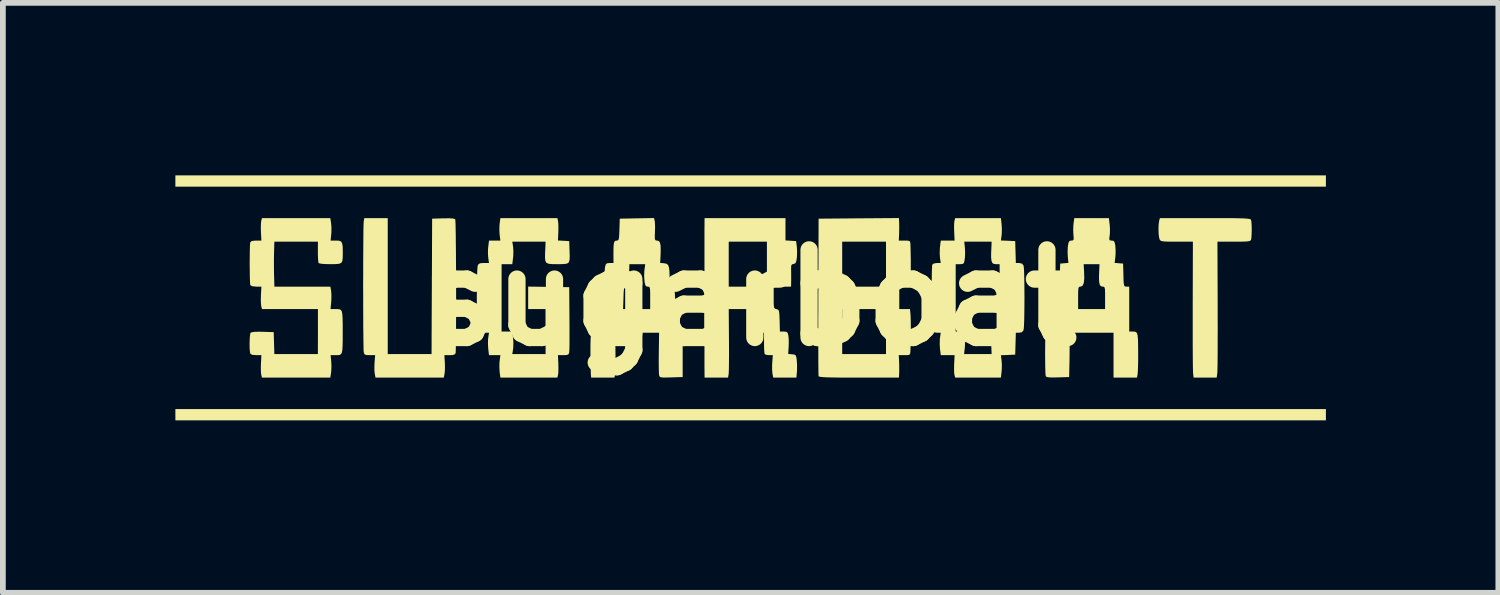
<source format=kicad_pcb>
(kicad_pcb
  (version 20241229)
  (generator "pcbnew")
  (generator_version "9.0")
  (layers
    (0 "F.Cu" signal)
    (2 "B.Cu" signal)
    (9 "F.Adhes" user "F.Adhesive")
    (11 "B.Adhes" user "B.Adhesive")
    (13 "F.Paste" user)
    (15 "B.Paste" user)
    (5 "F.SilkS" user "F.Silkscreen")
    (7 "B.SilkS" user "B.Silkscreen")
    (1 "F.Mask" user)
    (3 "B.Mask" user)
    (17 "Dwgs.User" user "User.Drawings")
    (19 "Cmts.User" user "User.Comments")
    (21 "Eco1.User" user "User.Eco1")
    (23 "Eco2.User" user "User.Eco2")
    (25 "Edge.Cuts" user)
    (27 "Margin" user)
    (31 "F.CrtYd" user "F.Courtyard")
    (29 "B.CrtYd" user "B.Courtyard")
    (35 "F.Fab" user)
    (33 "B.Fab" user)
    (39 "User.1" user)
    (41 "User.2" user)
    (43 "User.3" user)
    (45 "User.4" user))
  (footprint "sugarboat"
    (layer "F.Cu")
    (at 10.004 2.13)
    (property "Reference" "sugarboat" (at 0 0 0) (layer "F.SilkS") (effects (font (size 1.524 1.524) (thickness 0.3))))
    (attr board_only exclude_from_pos_files exclude_from_bom)
    (fp_poly (pts (xy 10.004 -1.934) (xy -10.004 -1.934) (xy -10.004 -2.13) (xy 10.004 -2.13)) (stroke (width 0) (type solid)) (fill yes) (layer "F.SilkS"))
    (fp_poly (pts (xy 10.004 2.13) (xy -10.004 2.13) (xy -10.004 1.934) (xy 10.004 1.934)) (stroke (width 0) (type solid)) (fill yes) (layer "F.SilkS"))
    (fp_poly (pts (xy 8.101 -1.387) (xy 8.263 -1.387) (xy 8.394 -1.386) (xy 8.495 -1.384) (xy 8.572 -1.382) (xy 8.627 -1.378) (xy 8.664 -1.374) (xy 8.687 -1.369) (xy 8.699 -1.362) (xy 8.702 -1.356) (xy 8.709 -1.319) (xy 8.713 -1.255) (xy 8.714 -1.179) (xy 8.712 -1.104) (xy 8.708 -1.042) (xy 8.702 -1.008) (xy 8.692 -0.996) (xy 8.67 -0.987) (xy 8.629 -0.981) (xy 8.563 -0.978) (xy 8.467 -0.977) (xy 8.404 -0.977) (xy 8.118 -0.977) (xy 8.122 0.132) (xy 8.122 0.339) (xy 8.123 0.536) (xy 8.122 0.719) (xy 8.122 0.884) (xy 8.121 1.028) (xy 8.12 1.148) (xy 8.118 1.238) (xy 8.117 1.295) (xy 8.115 1.314) (xy 8.105 1.387) (xy 7.703 1.387) (xy 7.694 1.304) (xy 7.693 1.269) (xy 7.691 1.199) (xy 7.69 1.098) (xy 7.689 0.969) (xy 7.688 0.817) (xy 7.688 0.644) (xy 7.688 0.456) (xy 7.688 0.255) (xy 7.688 0.122) (xy 7.691 -0.977) (xy 7.412 -0.977) (xy 7.302 -0.977) (xy 7.224 -0.979) (xy 7.172 -0.983) (xy 7.141 -0.99) (xy 7.123 -1) (xy 7.113 -1.015) (xy 7.102 -1.055) (xy 7.095 -1.121) (xy 7.093 -1.199) (xy 7.095 -1.275) (xy 7.103 -1.334) (xy 7.105 -1.343) (xy 7.117 -1.387) (xy 7.903 -1.387)) (stroke (width 0) (type solid)) (fill yes) (layer "F.SilkS"))
    (fp_poly (pts (xy -6.311 0.977) (xy -5.549 0.977) (xy -5.548 0.786) (xy -5.548 0.729) (xy -5.548 0.637) (xy -5.547 0.515) (xy -5.547 0.368) (xy -5.546 0.201) (xy -5.545 0.018) (xy -5.544 -0.175) (xy -5.544 -0.375) (xy -5.543 -0.391) (xy -5.539 -1.377) (xy -5.345 -1.383) (xy -5.243 -1.384) (xy -5.176 -1.38) (xy -5.142 -1.37) (xy -5.137 -1.365) (xy -5.135 -1.342) (xy -5.132 -1.284) (xy -5.13 -1.196) (xy -5.128 -1.08) (xy -5.127 -0.943) (xy -5.125 -0.788) (xy -5.124 -0.619) (xy -5.123 -0.44) (xy -5.122 -0.255) (xy -5.122 -0.07) (xy -5.122 0.113) (xy -5.122 0.288) (xy -5.123 0.452) (xy -5.123 0.6) (xy -5.125 0.729) (xy -5.126 0.834) (xy -5.128 0.91) (xy -5.13 0.954) (xy -5.131 0.962) (xy -5.148 0.984) (xy -5.186 0.995) (xy -5.234 0.996) (xy -5.326 0.996) (xy -5.318 1.123) (xy -5.316 1.202) (xy -5.318 1.276) (xy -5.323 1.318) (xy -5.336 1.387) (xy -6.524 1.387) (xy -6.537 1.317) (xy -6.543 1.259) (xy -6.543 1.181) (xy -6.54 1.122) (xy -6.53 0.996) (xy -6.624 0.996) (xy -6.681 0.994) (xy -6.711 0.985) (xy -6.724 0.961) (xy -6.728 0.943) (xy -6.731 0.912) (xy -6.732 0.847) (xy -6.734 0.751) (xy -6.735 0.63) (xy -6.737 0.487) (xy -6.737 0.326) (xy -6.738 0.154) (xy -6.738 -0.028) (xy -6.739 -0.213) (xy -6.738 -0.398) (xy -6.738 -0.578) (xy -6.737 -0.749) (xy -6.736 -0.906) (xy -6.735 -1.045) (xy -6.734 -1.162) (xy -6.732 -1.252) (xy -6.73 -1.311) (xy -6.728 -1.333) (xy -6.718 -1.387) (xy -6.311 -1.387)) (stroke (width 0) (type solid)) (fill yes) (layer "F.SilkS"))
    (fp_poly (pts (xy 2.583 -1.304) (xy 2.584 -1.235) (xy 2.583 -1.152) (xy 2.582 -1.109) (xy 2.576 -0.996) (xy 2.675 -0.996) (xy 2.734 -0.995) (xy 2.764 -0.987) (xy 2.775 -0.967) (xy 2.778 -0.943) (xy 2.781 -0.869) (xy 2.783 -0.774) (xy 2.785 -0.667) (xy 2.785 -0.556) (xy 2.785 -0.452) (xy 2.784 -0.363) (xy 2.781 -0.299) (xy 2.78 -0.278) (xy 2.77 -0.195) (xy 2.585 -0.195) (xy 2.585 0.195) (xy 2.771 0.195) (xy 2.78 0.288) (xy 2.783 0.342) (xy 2.785 0.425) (xy 2.786 0.528) (xy 2.785 0.64) (xy 2.784 0.753) (xy 2.781 0.856) (xy 2.778 0.933) (xy 2.774 0.97) (xy 2.761 0.989) (xy 2.728 0.996) (xy 2.675 0.996) (xy 2.576 0.996) (xy 2.582 1.109) (xy 2.584 1.189) (xy 2.584 1.269) (xy 2.583 1.304) (xy 2.579 1.387) (xy 1.885 1.387) (xy 1.692 1.387) (xy 1.536 1.386) (xy 1.413 1.384) (xy 1.319 1.382) (xy 1.252 1.378) (xy 1.209 1.373) (xy 1.187 1.367) (xy 1.182 1.363) (xy 1.18 1.34) (xy 1.179 1.281) (xy 1.178 1.189) (xy 1.177 1.068) (xy 1.177 0.92) (xy 1.176 0.75) (xy 1.176 0.56) (xy 1.176 0.353) (xy 1.177 0.195) (xy 1.592 0.195) (xy 1.592 0.977) (xy 2.354 0.977) (xy 2.354 0.195) (xy 1.973 0.195) (xy 1.592 0.195) (xy 1.177 0.195) (xy 1.177 0.133) (xy 1.177 -0.02) (xy 1.178 -0.195) (xy 1.592 -0.195) (xy 1.973 -0.195) (xy 2.354 -0.195) (xy 2.354 -0.977) (xy 1.973 -0.977) (xy 1.592 -0.977) (xy 1.592 -0.195) (xy 1.178 -0.195) (xy 1.182 -1.377) (xy 1.881 -1.383) (xy 2.579 -1.388)) (stroke (width 0) (type solid)) (fill yes) (layer "F.SilkS"))
    (fp_poly (pts (xy -3.35 -1.34) (xy -3.345 -1.298) (xy -3.343 -1.231) (xy -3.344 -1.152) (xy -3.344 -1.146) (xy -3.351 -0.998) (xy -3.155 -0.987) (xy -3.15 -0.83) (xy -3.146 -0.729) (xy -3.149 -0.661) (xy -3.162 -0.618) (xy -3.192 -0.596) (xy -3.245 -0.588) (xy -3.325 -0.586) (xy -3.361 -0.586) (xy -3.453 -0.587) (xy -3.515 -0.593) (xy -3.553 -0.611) (xy -3.571 -0.647) (xy -3.576 -0.707) (xy -3.574 -0.799) (xy -3.572 -0.828) (xy -3.566 -0.977) (xy -3.855 -0.977) (xy -4.145 -0.977) (xy -4.131 -0.889) (xy -4.126 -0.816) (xy -4.128 -0.731) (xy -4.132 -0.693) (xy -4.145 -0.586) (xy -4.331 -0.586) (xy -4.331 0.586) (xy -4.145 0.586) (xy -4.132 0.693) (xy -4.126 0.774) (xy -4.128 0.857) (xy -4.131 0.889) (xy -4.145 0.977) (xy -3.855 0.977) (xy -3.566 0.977) (xy -3.566 0.195) (xy -3.717 0.195) (xy -3.869 0.195) (xy -3.869 -0.196) (xy -3.155 -0.186) (xy -3.151 0.361) (xy -3.15 0.506) (xy -3.15 0.639) (xy -3.15 0.756) (xy -3.151 0.85) (xy -3.153 0.917) (xy -3.156 0.951) (xy -3.156 0.953) (xy -3.167 0.98) (xy -3.193 0.993) (xy -3.245 0.996) (xy -3.258 0.996) (xy -3.351 0.996) (xy -3.344 1.145) (xy -3.343 1.224) (xy -3.344 1.293) (xy -3.349 1.338) (xy -3.35 1.34) (xy -3.361 1.387) (xy -4.352 1.387) (xy -4.365 1.29) (xy -4.37 1.206) (xy -4.368 1.118) (xy -4.365 1.094) (xy -4.352 0.996) (xy -4.55 0.996) (xy -4.563 0.889) (xy -4.568 0.808) (xy -4.567 0.726) (xy -4.563 0.694) (xy -4.55 0.606) (xy -4.64 0.606) (xy -4.698 0.602) (xy -4.729 0.589) (xy -4.746 0.562) (xy -4.75 0.529) (xy -4.754 0.464) (xy -4.758 0.372) (xy -4.76 0.261) (xy -4.761 0.137) (xy -4.762 0.006) (xy -4.761 -0.126) (xy -4.76 -0.251) (xy -4.758 -0.363) (xy -4.755 -0.457) (xy -4.751 -0.524) (xy -4.746 -0.56) (xy -4.746 -0.562) (xy -4.729 -0.59) (xy -4.697 -0.603) (xy -4.64 -0.606) (xy -4.55 -0.606) (xy -4.563 -0.694) (xy -4.568 -0.767) (xy -4.567 -0.852) (xy -4.563 -0.889) (xy -4.55 -0.996) (xy -4.352 -0.996) (xy -4.365 -1.094) (xy -4.37 -1.177) (xy -4.368 -1.266) (xy -4.365 -1.29) (xy -4.352 -1.387) (xy -3.361 -1.387)) (stroke (width 0) (type solid)) (fill yes) (layer "F.SilkS"))
    (fp_poly (pts (xy 0.606 -0.999) (xy 0.699 -0.993) (xy 0.791 -0.987) (xy 0.803 -0.889) (xy 0.808 -0.806) (xy 0.805 -0.717) (xy 0.803 -0.694) (xy 0.793 -0.634) (xy 0.779 -0.603) (xy 0.754 -0.591) (xy 0.746 -0.59) (xy 0.718 -0.581) (xy 0.706 -0.56) (xy 0.703 -0.513) (xy 0.704 -0.492) (xy 0.705 -0.414) (xy 0.705 -0.327) (xy 0.705 -0.298) (xy 0.703 -0.195) (xy 0.401 -0.195) (xy 0.401 -0.005) (xy 0.401 0.083) (xy 0.403 0.139) (xy 0.41 0.171) (xy 0.422 0.187) (xy 0.441 0.194) (xy 0.449 0.196) (xy 0.472 0.202) (xy 0.486 0.215) (xy 0.495 0.242) (xy 0.5 0.291) (xy 0.503 0.369) (xy 0.504 0.396) (xy 0.509 0.586) (xy 0.576 0.586) (xy 0.622 0.59) (xy 0.644 0.61) (xy 0.656 0.655) (xy 0.662 0.712) (xy 0.663 0.789) (xy 0.661 0.849) (xy 0.653 0.975) (xy 0.722 0.981) (xy 0.763 0.987) (xy 0.785 1.002) (xy 0.796 1.037) (xy 0.802 1.083) (xy 0.807 1.164) (xy 0.807 1.253) (xy 0.805 1.283) (xy 0.796 1.387) (xy 0.393 1.387) (xy 0.379 1.317) (xy 0.374 1.259) (xy 0.373 1.181) (xy 0.376 1.122) (xy 0.386 0.996) (xy 0.321 0.996) (xy 0.273 0.991) (xy 0.245 0.978) (xy 0.244 0.977) (xy 0.239 0.95) (xy 0.235 0.894) (xy 0.233 0.819) (xy 0.233 0.782) (xy 0.233 0.606) (xy 0.166 0.606) (xy 0.121 0.602) (xy 0.098 0.582) (xy 0.087 0.537) (xy 0.081 0.482) (xy 0.079 0.405) (xy 0.081 0.332) (xy 0.089 0.195) (xy -0.146 0.195) (xy -0.381 0.195) (xy -0.377 0.728) (xy -0.376 0.872) (xy -0.376 1.005) (xy -0.377 1.123) (xy -0.378 1.22) (xy -0.38 1.288) (xy -0.382 1.324) (xy -0.393 1.387) (xy -0.801 1.387) (xy -0.802 1.309) (xy -0.802 1.276) (xy -0.803 1.208) (xy -0.803 1.107) (xy -0.803 0.978) (xy -0.803 0.825) (xy -0.803 0.65) (xy -0.803 0.458) (xy -0.803 0.251) (xy -0.803 0.035) (xy -0.803 0) (xy -0.803 -0.218) (xy -0.803 -0.426) (xy -0.803 -0.621) (xy -0.803 -0.799) (xy -0.803 -0.956) (xy -0.803 -0.977) (xy -0.381 -0.977) (xy -0.381 -0.195) (xy -0.049 -0.195) (xy 0.283 -0.195) (xy 0.283 -0.977) (xy -0.381 -0.977) (xy -0.803 -0.977) (xy -0.803 -1.089) (xy -0.803 -1.194) (xy -0.802 -1.268) (xy -0.802 -1.306) (xy -0.802 -1.309) (xy -0.801 -1.387) (xy 0.606 -1.387)) (stroke (width 0) (type solid)) (fill yes) (layer "F.SilkS"))
    (fp_poly (pts (xy -7.296 -1.297) (xy -7.29 -1.222) (xy -7.291 -1.136) (xy -7.294 -1.102) (xy -7.305 -0.996) (xy -7.211 -0.996) (xy -7.158 -0.994) (xy -7.124 -0.981) (xy -7.105 -0.951) (xy -7.095 -0.898) (xy -7.093 -0.814) (xy -7.093 -0.791) (xy -7.094 -0.702) (xy -7.1 -0.643) (xy -7.119 -0.609) (xy -7.158 -0.592) (xy -7.223 -0.587) (xy -7.309 -0.586) (xy -7.402 -0.588) (xy -7.471 -0.594) (xy -7.509 -0.603) (xy -7.514 -0.607) (xy -7.519 -0.635) (xy -7.524 -0.692) (xy -7.526 -0.768) (xy -7.526 -0.803) (xy -7.525 -0.977) (xy -8.283 -0.977) (xy -8.288 -0.793) (xy -8.29 -0.687) (xy -8.29 -0.563) (xy -8.289 -0.443) (xy -8.288 -0.402) (xy -8.282 -0.195) (xy -7.309 -0.195) (xy -7.296 -0.125) (xy -7.291 -0.066) (xy -7.291 0.011) (xy -7.294 0.071) (xy -7.306 0.195) (xy -7.211 0.195) (xy -7.172 0.196) (xy -7.142 0.201) (xy -7.122 0.215) (xy -7.108 0.244) (xy -7.1 0.293) (xy -7.096 0.365) (xy -7.094 0.467) (xy -7.094 0.596) (xy -7.094 0.73) (xy -7.096 0.831) (xy -7.1 0.902) (xy -7.108 0.949) (xy -7.123 0.977) (xy -7.144 0.991) (xy -7.174 0.996) (xy -7.21 0.996) (xy -7.305 0.996) (xy -7.294 1.102) (xy -7.29 1.183) (xy -7.293 1.267) (xy -7.296 1.297) (xy -7.31 1.387) (xy -8.498 1.387) (xy -8.511 1.338) (xy -8.516 1.295) (xy -8.518 1.227) (xy -8.516 1.148) (xy -8.516 1.143) (xy -8.508 0.996) (xy -8.599 0.996) (xy -8.664 0.991) (xy -8.697 0.975) (xy -8.702 0.966) (xy -8.709 0.927) (xy -8.713 0.865) (xy -8.714 0.79) (xy -8.711 0.715) (xy -8.707 0.652) (xy -8.7 0.614) (xy -8.698 0.61) (xy -8.677 0.598) (xy -8.631 0.591) (xy -8.555 0.589) (xy -8.488 0.59) (xy -8.294 0.596) (xy -8.283 0.977) (xy -7.526 0.977) (xy -7.525 0.586) (xy -7.525 0.195) (xy -8.498 0.195) (xy -8.511 0.146) (xy -8.516 0.103) (xy -8.518 0.035) (xy -8.516 -0.044) (xy -8.516 -0.049) (xy -8.508 -0.195) (xy -8.599 -0.195) (xy -8.667 -0.202) (xy -8.7 -0.22) (xy -8.701 -0.224) (xy -8.705 -0.253) (xy -8.708 -0.314) (xy -8.71 -0.397) (xy -8.711 -0.496) (xy -8.712 -0.603) (xy -8.711 -0.709) (xy -8.71 -0.806) (xy -8.708 -0.888) (xy -8.705 -0.945) (xy -8.701 -0.968) (xy -8.674 -0.989) (xy -8.611 -0.996) (xy -8.599 -0.996) (xy -8.508 -0.996) (xy -8.516 -1.143) (xy -8.518 -1.222) (xy -8.516 -1.291) (xy -8.511 -1.337) (xy -8.511 -1.338) (xy -8.498 -1.387) (xy -7.31 -1.387)) (stroke (width 0) (type solid)) (fill yes) (layer "F.SilkS"))
    (fp_poly (pts (xy 4.364 -1.282) (xy 4.369 -1.201) (xy 4.367 -1.118) (xy 4.364 -1.088) (xy 4.352 -0.998) (xy 4.477 -0.993) (xy 4.601 -0.987) (xy 4.612 -0.606) (xy 4.671 -0.606) (xy 4.72 -0.595) (xy 4.746 -0.562) (xy 4.751 -0.529) (xy 4.755 -0.464) (xy 4.758 -0.373) (xy 4.76 -0.261) (xy 4.761 -0.137) (xy 4.762 -0.006) (xy 4.761 0.125) (xy 4.76 0.25) (xy 4.758 0.363) (xy 4.755 0.456) (xy 4.751 0.524) (xy 4.746 0.56) (xy 4.746 0.562) (xy 4.719 0.596) (xy 4.671 0.606) (xy 4.612 0.606) (xy 4.601 0.987) (xy 4.477 0.993) (xy 4.352 0.998) (xy 4.364 1.088) (xy 4.369 1.162) (xy 4.367 1.247) (xy 4.364 1.282) (xy 4.352 1.387) (xy 3.557 1.387) (xy 3.544 1.338) (xy 3.539 1.295) (xy 3.538 1.227) (xy 3.539 1.148) (xy 3.54 1.143) (xy 3.547 0.996) (xy 3.307 0.996) (xy 3.293 0.89) (xy 3.288 0.809) (xy 3.29 0.726) (xy 3.293 0.694) (xy 3.306 0.606) (xy 3.238 0.606) (xy 3.184 0.598) (xy 3.17 0.586) (xy 3.566 0.586) (xy 3.638 0.586) (xy 3.682 0.588) (xy 3.705 0.602) (xy 3.717 0.636) (xy 3.723 0.676) (xy 3.729 0.751) (xy 3.727 0.836) (xy 3.724 0.871) (xy 3.712 0.977) (xy 3.951 0.977) (xy 4.191 0.977) (xy 4.185 0.828) (xy 4.182 0.727) (xy 4.186 0.657) (xy 4.198 0.615) (xy 4.221 0.593) (xy 4.256 0.586) (xy 4.266 0.586) (xy 4.331 0.586) (xy 4.331 0) (xy 4.33 -0.586) (xy 4.266 -0.586) (xy 4.227 -0.591) (xy 4.202 -0.609) (xy 4.188 -0.646) (xy 4.182 -0.708) (xy 4.183 -0.802) (xy 4.185 -0.828) (xy 4.191 -0.977) (xy 3.953 -0.977) (xy 3.715 -0.977) (xy 3.726 -0.871) (xy 3.73 -0.79) (xy 3.727 -0.707) (xy 3.723 -0.676) (xy 3.714 -0.621) (xy 3.699 -0.595) (xy 3.67 -0.587) (xy 3.638 -0.586) (xy 3.566 -0.586) (xy 3.566 0.586) (xy 3.17 0.586) (xy 3.159 0.577) (xy 3.155 0.55) (xy 3.153 0.49) (xy 3.151 0.403) (xy 3.149 0.295) (xy 3.148 0.174) (xy 3.148 0.044) (xy 3.148 -0.089) (xy 3.149 -0.217) (xy 3.15 -0.334) (xy 3.151 -0.435) (xy 3.154 -0.514) (xy 3.156 -0.563) (xy 3.159 -0.577) (xy 3.186 -0.598) (xy 3.238 -0.606) (xy 3.306 -0.606) (xy 3.293 -0.694) (xy 3.288 -0.768) (xy 3.29 -0.853) (xy 3.293 -0.89) (xy 3.307 -0.996) (xy 3.547 -0.996) (xy 3.54 -1.143) (xy 3.538 -1.222) (xy 3.539 -1.291) (xy 3.544 -1.337) (xy 3.544 -1.338) (xy 3.557 -1.387) (xy 4.352 -1.387)) (stroke (width 0) (type solid)) (fill yes) (layer "F.SilkS"))
    (fp_poly (pts (xy 6.243 -1.28) (xy 6.249 -1.199) (xy 6.247 -1.117) (xy 6.244 -1.085) (xy 6.237 -1.031) (xy 6.241 -1.005) (xy 6.261 -0.997) (xy 6.279 -0.996) (xy 6.31 -0.992) (xy 6.328 -0.971) (xy 6.339 -0.924) (xy 6.342 -0.907) (xy 6.347 -0.832) (xy 6.346 -0.746) (xy 6.343 -0.713) (xy 6.33 -0.608) (xy 6.477 -0.596) (xy 6.483 -0.396) (xy 6.485 -0.306) (xy 6.489 -0.248) (xy 6.496 -0.215) (xy 6.507 -0.2) (xy 6.525 -0.196) (xy 6.536 -0.195) (xy 6.584 -0.195) (xy 6.584 0.586) (xy 6.651 0.586) (xy 6.681 0.588) (xy 6.703 0.596) (xy 6.719 0.615) (xy 6.729 0.651) (xy 6.735 0.709) (xy 6.738 0.793) (xy 6.739 0.908) (xy 6.739 0.987) (xy 6.739 1.094) (xy 6.737 1.192) (xy 6.734 1.27) (xy 6.73 1.322) (xy 6.729 1.333) (xy 6.718 1.387) (xy 6.311 1.387) (xy 6.311 0.606) (xy 5.549 0.606) (xy 5.548 0.796) (xy 5.547 0.908) (xy 5.546 1.036) (xy 5.544 1.156) (xy 5.543 1.182) (xy 5.539 1.377) (xy 5.341 1.383) (xy 5.248 1.385) (xy 5.187 1.382) (xy 5.151 1.376) (xy 5.135 1.364) (xy 5.132 1.36) (xy 5.128 1.33) (xy 5.125 1.269) (xy 5.123 1.186) (xy 5.122 1.086) (xy 5.121 0.98) (xy 5.122 0.874) (xy 5.123 0.776) (xy 5.125 0.695) (xy 5.129 0.638) (xy 5.132 0.614) (xy 5.159 0.594) (xy 5.208 0.586) (xy 5.273 0.586) (xy 5.273 0.288) (xy 5.273 0.195) (xy 5.695 0.195) (xy 6.164 0.195) (xy 6.164 0) (xy 6.164 -0.089) (xy 6.162 -0.145) (xy 6.156 -0.177) (xy 6.145 -0.192) (xy 6.128 -0.195) (xy 6.121 -0.195) (xy 6.09 -0.203) (xy 6.071 -0.23) (xy 6.06 -0.282) (xy 6.058 -0.364) (xy 6.06 -0.438) (xy 6.067 -0.586) (xy 5.929 -0.586) (xy 5.791 -0.586) (xy 5.799 -0.46) (xy 5.802 -0.342) (xy 5.794 -0.26) (xy 5.773 -0.212) (xy 5.74 -0.195) (xy 5.739 -0.195) (xy 5.719 -0.193) (xy 5.706 -0.183) (xy 5.699 -0.157) (xy 5.696 -0.107) (xy 5.695 -0.028) (xy 5.695 0) (xy 5.695 0.195) (xy 5.273 0.195) (xy 5.273 0.138) (xy 5.273 0.023) (xy 5.274 -0.063) (xy 5.276 -0.122) (xy 5.279 -0.161) (xy 5.285 -0.183) (xy 5.293 -0.193) (xy 5.304 -0.196) (xy 5.319 -0.195) (xy 5.324 -0.195) (xy 5.345 -0.197) (xy 5.359 -0.206) (xy 5.368 -0.229) (xy 5.373 -0.274) (xy 5.376 -0.347) (xy 5.377 -0.396) (xy 5.383 -0.596) (xy 5.455 -0.602) (xy 5.526 -0.608) (xy 5.516 -0.712) (xy 5.512 -0.794) (xy 5.515 -0.877) (xy 5.518 -0.907) (xy 5.529 -0.962) (xy 5.545 -0.989) (xy 5.572 -0.996) (xy 5.578 -0.996) (xy 5.604 -0.999) (xy 5.617 -1.013) (xy 5.618 -1.048) (xy 5.613 -1.102) (xy 5.61 -1.183) (xy 5.613 -1.267) (xy 5.616 -1.297) (xy 5.629 -1.387) (xy 6.23 -1.387)) (stroke (width 0) (type solid)) (fill yes) (layer "F.SilkS"))
    (fp_poly (pts (xy -1.669 -1.341) (xy -1.664 -1.298) (xy -1.662 -1.231) (xy -1.664 -1.152) (xy -1.664 -1.145) (xy -1.667 -1.07) (xy -1.665 -1.025) (xy -1.657 -1.004) (xy -1.641 -0.997) (xy -1.627 -0.996) (xy -1.597 -0.989) (xy -1.577 -0.961) (xy -1.566 -0.909) (xy -1.564 -0.828) (xy -1.566 -0.755) (xy -1.573 -0.607) (xy -1.506 -0.602) (xy -1.458 -0.592) (xy -1.434 -0.567) (xy -1.42 -0.528) (xy -1.413 -0.472) (xy -1.41 -0.395) (xy -1.413 -0.327) (xy -1.418 -0.258) (xy -1.417 -0.218) (xy -1.408 -0.2) (xy -1.389 -0.196) (xy -1.378 -0.195) (xy -1.356 -0.191) (xy -1.339 -0.176) (xy -1.327 -0.146) (xy -1.319 -0.095) (xy -1.315 -0.021) (xy -1.313 0.083) (xy -1.314 0.22) (xy -1.315 0.268) (xy -1.32 0.584) (xy -1.251 0.59) (xy -1.182 0.596) (xy -1.182 1.377) (xy -1.382 1.383) (xy -1.472 1.385) (xy -1.53 1.385) (xy -1.564 1.38) (xy -1.582 1.37) (xy -1.59 1.352) (xy -1.592 1.344) (xy -1.595 1.31) (xy -1.597 1.245) (xy -1.598 1.155) (xy -1.598 1.048) (xy -1.597 0.952) (xy -1.592 0.606) (xy -1.974 0.606) (xy -2.356 0.606) (xy -2.351 0.923) (xy -2.35 1.037) (xy -2.35 1.142) (xy -2.352 1.23) (xy -2.355 1.293) (xy -2.357 1.314) (xy -2.368 1.387) (xy -2.774 1.387) (xy -2.778 1.333) (xy -2.781 1.256) (xy -2.784 1.158) (xy -2.785 1.048) (xy -2.786 0.936) (xy -2.786 0.833) (xy -2.784 0.746) (xy -2.781 0.687) (xy -2.781 0.679) (xy -2.773 0.623) (xy -2.761 0.596) (xy -2.734 0.587) (xy -2.699 0.586) (xy -2.628 0.586) (xy -2.633 0.239) (xy -2.633 0.195) (xy -2.218 0.195) (xy -1.982 0.195) (xy -1.747 0.195) (xy -1.747 0) (xy -1.747 -0.089) (xy -1.749 -0.146) (xy -1.755 -0.177) (xy -1.766 -0.192) (xy -1.783 -0.195) (xy -1.79 -0.195) (xy -1.817 -0.201) (xy -1.833 -0.224) (xy -1.844 -0.273) (xy -1.846 -0.293) (xy -1.852 -0.376) (xy -1.849 -0.465) (xy -1.846 -0.488) (xy -1.833 -0.586) (xy -2.109 -0.586) (xy -2.114 -0.396) (xy -2.117 -0.308) (xy -2.122 -0.252) (xy -2.129 -0.22) (xy -2.142 -0.205) (xy -2.161 -0.199) (xy -2.163 -0.199) (xy -2.182 -0.194) (xy -2.195 -0.18) (xy -2.203 -0.149) (xy -2.208 -0.096) (xy -2.211 -0.011) (xy -2.211 0.001) (xy -2.218 0.195) (xy -2.633 0.195) (xy -2.634 0.098) (xy -2.634 -0.009) (xy -2.632 -0.086) (xy -2.626 -0.139) (xy -2.617 -0.171) (xy -2.604 -0.188) (xy -2.586 -0.195) (xy -2.573 -0.195) (xy -2.55 -0.198) (xy -2.538 -0.21) (xy -2.533 -0.241) (xy -2.535 -0.299) (xy -2.537 -0.332) (xy -2.539 -0.413) (xy -2.537 -0.488) (xy -2.532 -0.537) (xy -2.519 -0.583) (xy -2.496 -0.602) (xy -2.452 -0.606) (xy -2.385 -0.606) (xy -2.386 -0.782) (xy -2.385 -0.876) (xy -2.38 -0.938) (xy -2.371 -0.975) (xy -2.354 -0.992) (xy -2.329 -0.996) (xy -2.325 -0.996) (xy -2.307 -1) (xy -2.296 -1.015) (xy -2.289 -1.049) (xy -2.285 -1.109) (xy -2.282 -1.187) (xy -2.276 -1.377) (xy -1.979 -1.383) (xy -1.681 -1.388)) (stroke (width 0) (type solid)) (fill yes) (layer "F.SilkS")))
  (gr_rect
    (start -3 -3)
    (end 23.007 7.259)
    (stroke (width 0.1) (type default))
    (fill no)
    (layer "Edge.Cuts")))
</source>
